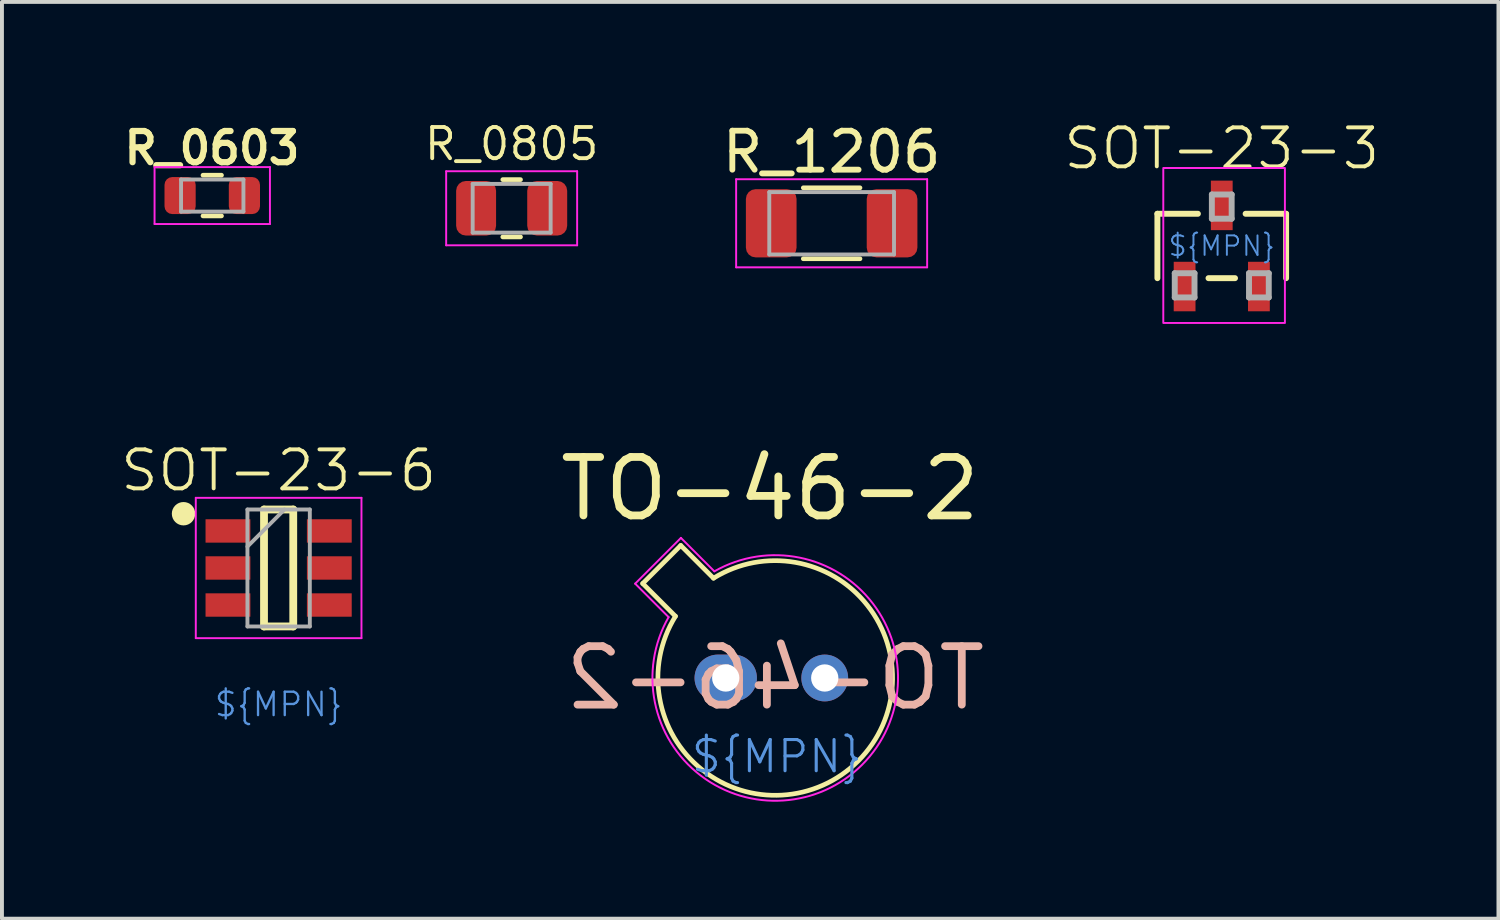
<source format=kicad_pcb>
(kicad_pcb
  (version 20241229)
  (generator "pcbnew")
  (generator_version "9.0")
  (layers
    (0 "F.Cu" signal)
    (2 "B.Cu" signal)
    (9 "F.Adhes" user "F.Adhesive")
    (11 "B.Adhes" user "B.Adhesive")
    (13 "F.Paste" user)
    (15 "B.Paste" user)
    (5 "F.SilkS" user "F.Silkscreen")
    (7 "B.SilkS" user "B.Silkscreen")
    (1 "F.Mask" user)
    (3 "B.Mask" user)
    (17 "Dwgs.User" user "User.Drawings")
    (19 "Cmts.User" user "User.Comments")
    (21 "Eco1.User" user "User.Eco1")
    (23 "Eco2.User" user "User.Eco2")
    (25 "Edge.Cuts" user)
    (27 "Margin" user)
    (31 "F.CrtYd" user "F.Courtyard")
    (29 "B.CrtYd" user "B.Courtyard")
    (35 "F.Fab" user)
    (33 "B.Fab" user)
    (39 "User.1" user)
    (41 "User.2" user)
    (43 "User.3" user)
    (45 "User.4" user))
  (footprint "TO-46-2"
    (layer "F.Cu")
    (at 15.568 14.343)
    (property "Reference" "TO-46-2" (at 1.135 -4.854 0) (layer "F.SilkS") (effects (font (size 1.5 1.5) (thickness 0.2))))
    (property "MPN" "${MPN}" (at 1.312 1.545 0) (layer "Cmts.User") (effects (font (size 0.8 0.8) (thickness 0.08)) (justify top)))
    (attr through_hole)
    (fp_line (start -2.13 -2.424) (end -1.29 -1.584) (stroke (width 0.12) (type solid)) (layer "F.SilkS"))
    (fp_line (start -1.154 -3.4) (end -2.13 -2.424) (stroke (width 0.12) (type solid)) (layer "F.SilkS"))
    (fp_line (start -0.314 -2.56) (end -1.154 -3.4) (stroke (width 0.12) (type solid)) (layer "F.SilkS"))
    (fp_arc (start -0.313811 -2.559618) (mid 3.398391 2.128391) (end -1.289618 -1.583811) (stroke (width 0.12) (type solid)) (layer "F.SilkS"))
    (fp_line (start -2.324 -2.42) (end -1.466 -1.562) (stroke (width 0.05) (type solid)) (layer "F.CrtYd"))
    (fp_line (start -1.15 -3.594) (end -2.324 -2.42) (stroke (width 0.05) (type solid)) (layer "F.CrtYd"))
    (fp_line (start -0.292 -2.736) (end -1.15 -3.594) (stroke (width 0.05) (type solid)) (layer "F.CrtYd"))
    (fp_arc (start -0.291775 -2.735573) (mid 3.497386 2.227386) (end -1.465573 -1.561775) (stroke (width 0.05) (type solid)) (layer "F.CrtYd"))
    (fp_text user "${Reference}" (at 1.27 0 0) (unlocked yes) (layer "B.SilkS") (effects (font (size 1.5 1.5) (thickness 0.2)) (justify mirror)))
    (pad "1" thru_hole oval (at 0 0) (size 1.6 1.2) (drill 0.7) (layers "*.Cu" "*.Mask"))
    (pad "2" thru_hole circle (at 2.54 0) (size 1.2 1.2) (drill 0.7) (layers "*.Cu" "*.Mask")))
  (footprint "R_0603"
    (layer "F.Cu")
    (at 2.395 1.967)
    (property "Reference" "R_0603" (at -0.007 -1.218 0) (layer "F.SilkS") (effects (font (size 0.8 0.8) (thickness 0.16) (bold yes))))
    (attr smd)
    (fp_line (start -0.237 -0.522) (end 0.237 -0.522) (stroke (width 0.12) (type solid)) (layer "F.SilkS"))
    (fp_line (start -0.237 0.522) (end 0.237 0.522) (stroke (width 0.12) (type solid)) (layer "F.SilkS"))
    (fp_line (start -1.48 -0.73) (end 1.48 -0.73) (stroke (width 0.05) (type solid)) (layer "F.CrtYd"))
    (fp_line (start -1.48 0.73) (end -1.48 -0.73) (stroke (width 0.05) (type solid)) (layer "F.CrtYd"))
    (fp_line (start 1.48 -0.73) (end 1.48 0.73) (stroke (width 0.05) (type solid)) (layer "F.CrtYd"))
    (fp_line (start 1.48 0.73) (end -1.48 0.73) (stroke (width 0.05) (type solid)) (layer "F.CrtYd"))
    (fp_line (start -0.8 -0.412) (end 0.8 -0.412) (stroke (width 0.1) (type solid)) (layer "F.Fab"))
    (fp_line (start -0.8 0.412) (end -0.8 -0.412) (stroke (width 0.1) (type solid)) (layer "F.Fab"))
    (fp_line (start 0.8 -0.412) (end 0.8 0.412) (stroke (width 0.1) (type solid)) (layer "F.Fab"))
    (fp_line (start 0.8 0.412) (end -0.8 0.412) (stroke (width 0.1) (type solid)) (layer "F.Fab"))
    (pad "1" smd roundrect (at -0.825 0) (size 0.8 0.95) (layers "F.Cu" "F.Mask" "F.Paste") (roundrect_rratio 0.25))
    (pad "2" smd roundrect (at 0.825 0) (size 0.8 0.95) (layers "F.Cu" "F.Mask" "F.Paste") (roundrect_rratio 0.25)))
  (footprint "R_1206"
    (layer "F.Cu")
    (at 18.285 2.678)
    (property "Reference" "R_1206" (at 0 -1.83 0) (layer "F.SilkS") (effects (font (size 1 1) (thickness 0.15))))
    (attr smd)
    (fp_line (start -0.727 -0.91) (end 0.727 -0.91) (stroke (width 0.12) (type solid)) (layer "F.SilkS"))
    (fp_line (start -0.727 0.91) (end 0.727 0.91) (stroke (width 0.12) (type solid)) (layer "F.SilkS"))
    (fp_line (start -2.45 -1.13) (end 2.45 -1.13) (stroke (width 0.05) (type solid)) (layer "F.CrtYd"))
    (fp_line (start -2.45 1.13) (end -2.45 -1.13) (stroke (width 0.05) (type solid)) (layer "F.CrtYd"))
    (fp_line (start 2.45 -1.13) (end 2.45 1.13) (stroke (width 0.05) (type solid)) (layer "F.CrtYd"))
    (fp_line (start 2.45 1.13) (end -2.45 1.13) (stroke (width 0.05) (type solid)) (layer "F.CrtYd"))
    (fp_line (start -1.6 -0.8) (end 1.6 -0.8) (stroke (width 0.1) (type solid)) (layer "F.Fab"))
    (fp_line (start -1.6 0.8) (end -1.6 -0.8) (stroke (width 0.1) (type solid)) (layer "F.Fab"))
    (fp_line (start 1.6 -0.8) (end 1.6 0.8) (stroke (width 0.1) (type solid)) (layer "F.Fab"))
    (fp_line (start 1.6 0.8) (end -1.6 0.8) (stroke (width 0.1) (type solid)) (layer "F.Fab"))
    (pad "1" smd roundrect (at -1.55 0) (size 1.3 1.75) (layers "F.Cu" "F.Mask" "F.Paste") (roundrect_rratio 0.192))
    (pad "2" smd roundrect (at 1.55 0) (size 1.3 1.75) (layers "F.Cu" "F.Mask" "F.Paste") (roundrect_rratio 0.192)))
  (footprint "R_0805"
    (layer "F.Cu")
    (at 10.076 2.293)
    (property "Reference" "R_0805" (at 0 -1.65 0) (layer "F.SilkS") (effects (font (size 0.8 0.8) (thickness 0.1) (bold yes))))
    (attr smd)
    (fp_line (start -0.227 -0.735) (end 0.227 -0.735) (stroke (width 0.12) (type solid)) (layer "F.SilkS"))
    (fp_line (start -0.227 0.735) (end 0.227 0.735) (stroke (width 0.12) (type solid)) (layer "F.SilkS"))
    (fp_line (start -1.68 -0.95) (end 1.68 -0.95) (stroke (width 0.05) (type solid)) (layer "F.CrtYd"))
    (fp_line (start -1.68 0.95) (end -1.68 -0.95) (stroke (width 0.05) (type solid)) (layer "F.CrtYd"))
    (fp_line (start 1.68 -0.95) (end 1.68 0.95) (stroke (width 0.05) (type solid)) (layer "F.CrtYd"))
    (fp_line (start 1.68 0.95) (end -1.68 0.95) (stroke (width 0.05) (type solid)) (layer "F.CrtYd"))
    (fp_line (start -1 -0.625) (end 1 -0.625) (stroke (width 0.1) (type solid)) (layer "F.Fab"))
    (fp_line (start -1 0.625) (end -1 -0.625) (stroke (width 0.1) (type solid)) (layer "F.Fab"))
    (fp_line (start 1 -0.625) (end 1 0.625) (stroke (width 0.1) (type solid)) (layer "F.Fab"))
    (fp_line (start 1 0.625) (end -1 0.625) (stroke (width 0.1) (type solid)) (layer "F.Fab"))
    (pad "1" smd roundrect (at -0.912 0) (size 1.025 1.4) (layers "F.Cu" "F.Mask" "F.Paste") (roundrect_rratio 0.244))
    (pad "2" smd roundrect (at 0.912 0) (size 1.025 1.4) (layers "F.Cu" "F.Mask" "F.Paste") (roundrect_rratio 0.244)))
  (footprint "SOT-23-6"
    (layer "F.Cu")
    (at 4.098 11.521)
    (property "Reference" "SOT-23-6" (at 0 -2.5 0) (unlocked yes) (layer "F.SilkS") (effects (font (size 1 1) (thickness 0.1))))
    (property "MPN" "${MPN}" (at 0 3.5 0) (unlocked yes) (layer "Cmts.User") (effects (font (size 0.6 0.6) (thickness 0.06))))
    (fp_line (start -0.375 -1.5) (end 0.375 -1.5) (stroke (width 0.2) (type solid)) (layer "F.SilkS"))
    (fp_line (start -0.375 1.5) (end -0.375 -1.5) (stroke (width 0.2) (type solid)) (layer "F.SilkS"))
    (fp_line (start 0.375 -1.5) (end 0.375 1.5) (stroke (width 0.2) (type solid)) (layer "F.SilkS"))
    (fp_line (start 0.375 1.5) (end -0.375 1.5) (stroke (width 0.2) (type solid)) (layer "F.SilkS"))
    (fp_circle (center -2.44 -1.392) (end -2.19 -1.392) (stroke (width 0.1) (type solid)) (fill yes) (layer "F.SilkS"))
    (fp_line (start -2.125 -1.8) (end 2.125 -1.8) (stroke (width 0.05) (type solid)) (layer "F.CrtYd"))
    (fp_line (start -2.125 1.8) (end -2.125 -1.8) (stroke (width 0.05) (type solid)) (layer "F.CrtYd"))
    (fp_line (start 2.125 -1.8) (end 2.125 1.8) (stroke (width 0.05) (type solid)) (layer "F.CrtYd"))
    (fp_line (start 2.125 1.8) (end -2.125 1.8) (stroke (width 0.05) (type solid)) (layer "F.CrtYd"))
    (fp_line (start -0.8 -1.5) (end 0.8 -1.5) (stroke (width 0.1) (type solid)) (layer "F.Fab"))
    (fp_line (start -0.8 -0.55) (end 0.15 -1.5) (stroke (width 0.1) (type solid)) (layer "F.Fab"))
    (fp_line (start -0.8 1.5) (end -0.8 -1.5) (stroke (width 0.1) (type solid)) (layer "F.Fab"))
    (fp_line (start 0.8 -1.5) (end 0.8 1.5) (stroke (width 0.1) (type solid)) (layer "F.Fab"))
    (fp_line (start 0.8 1.5) (end -0.8 1.5) (stroke (width 0.1) (type solid)) (layer "F.Fab"))
    (pad "1" smd rect (at -1.3 -0.95) (size 1.15 0.6) (layers "F.Cu" "F.Mask" "F.Paste"))
    (pad "2" smd rect (at -1.3 0) (size 1.15 0.6) (layers "F.Cu" "F.Mask" "F.Paste"))
    (pad "3" smd rect (at -1.3 0.95) (size 1.15 0.6) (layers "F.Cu" "F.Mask" "F.Paste"))
    (pad "4" smd rect (at 1.3 0.95) (size 1.15 0.6) (layers "F.Cu" "F.Mask" "F.Paste"))
    (pad "5" smd rect (at 1.3 0) (size 1.15 0.6) (layers "F.Cu" "F.Mask" "F.Paste"))
    (pad "6" smd rect (at 1.3 -0.95) (size 1.15 0.6) (layers "F.Cu" "F.Mask" "F.Paste")))
  (footprint "SOT-23-3"
    (layer "F.Cu")
    (at 28.293 3.26)
    (property "Reference" "SOT-23-3" (at 0 -2.5 0) (unlocked yes) (layer "F.SilkS") (effects (font (size 1 1) (thickness 0.1))))
    (property "MPN" "${MPN}" (at 0 0 0) (layer "Cmts.User") (effects (font (size 0.5 0.5) (thickness 0.05))))
    (fp_line (start -1.651 -0.826) (end -1.651 0.826) (stroke (width 0.152) (type solid)) (layer "F.SilkS"))
    (fp_line (start -0.612 -0.826) (end -1.651 -0.826) (stroke (width 0.152) (type solid)) (layer "F.SilkS"))
    (fp_line (start -0.34 0.826) (end 0.34 0.826) (stroke (width 0.152) (type solid)) (layer "F.SilkS"))
    (fp_line (start 1.651 -0.826) (end 0.612 -0.826) (stroke (width 0.152) (type solid)) (layer "F.SilkS"))
    (fp_line (start 1.651 0.826) (end 1.651 -0.826) (stroke (width 0.152) (type solid)) (layer "F.SilkS"))
    (fp_rect (start -1.5 -2) (end 1.62 1.975) (stroke (width 0.05) (type default)) (fill no) (layer "F.CrtYd"))
    (fp_line (start -1.206 0.699) (end -1.206 1.321) (stroke (width 0.152) (type solid)) (layer "F.Fab"))
    (fp_line (start -1.206 1.321) (end -0.699 1.321) (stroke (width 0.152) (type solid)) (layer "F.Fab"))
    (fp_line (start -0.699 0.699) (end -1.206 0.699) (stroke (width 0.152) (type solid)) (layer "F.Fab"))
    (fp_line (start -0.699 1.321) (end -0.699 0.699) (stroke (width 0.152) (type solid)) (layer "F.Fab"))
    (fp_line (start -0.254 -1.321) (end -0.254 -0.699) (stroke (width 0.152) (type solid)) (layer "F.Fab"))
    (fp_line (start -0.254 -0.699) (end 0.254 -0.699) (stroke (width 0.152) (type solid)) (layer "F.Fab"))
    (fp_line (start 0.254 -1.321) (end -0.254 -1.321) (stroke (width 0.152) (type solid)) (layer "F.Fab"))
    (fp_line (start 0.254 -0.699) (end 0.254 -1.321) (stroke (width 0.152) (type solid)) (layer "F.Fab"))
    (fp_line (start 0.699 0.699) (end 0.699 1.321) (stroke (width 0.152) (type solid)) (layer "F.Fab"))
    (fp_line (start 0.699 1.321) (end 1.206 1.321) (stroke (width 0.152) (type solid)) (layer "F.Fab"))
    (fp_line (start 1.206 0.699) (end 0.699 0.699) (stroke (width 0.152) (type solid)) (layer "F.Fab"))
    (fp_line (start 1.206 1.321) (end 1.206 0.699) (stroke (width 0.152) (type solid)) (layer "F.Fab"))
    (pad "1" smd rect (at -0.953 1.041) (size 0.559 1.27) (layers "F.Cu" "F.Mask" "F.Paste"))
    (pad "2" smd rect (at 0.953 1.041) (size 0.559 1.27) (layers "F.Cu" "F.Mask" "F.Paste"))
    (pad "3" smd rect (at 0 -1.041) (size 0.559 1.27) (layers "F.Cu" "F.Mask" "F.Paste")))
  (gr_rect
    (start -3 -3)
    (end 35.391 20.518)
    (stroke (width 0.1) (type default))
    (fill no)
    (layer "Edge.Cuts")))
</source>
